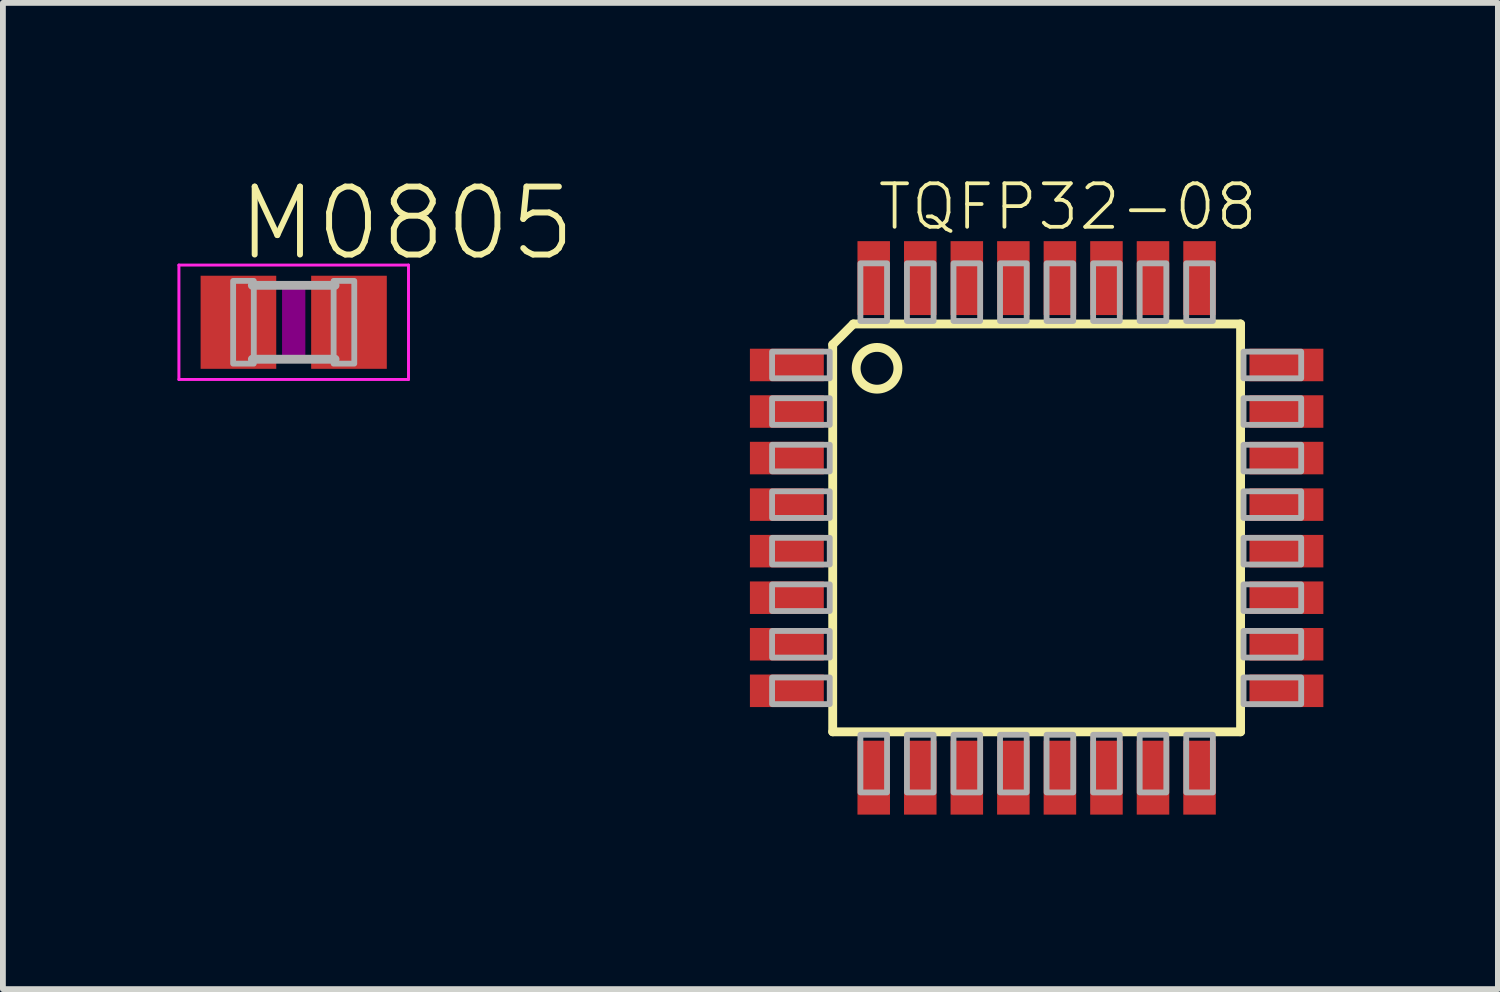
<source format=kicad_pcb>
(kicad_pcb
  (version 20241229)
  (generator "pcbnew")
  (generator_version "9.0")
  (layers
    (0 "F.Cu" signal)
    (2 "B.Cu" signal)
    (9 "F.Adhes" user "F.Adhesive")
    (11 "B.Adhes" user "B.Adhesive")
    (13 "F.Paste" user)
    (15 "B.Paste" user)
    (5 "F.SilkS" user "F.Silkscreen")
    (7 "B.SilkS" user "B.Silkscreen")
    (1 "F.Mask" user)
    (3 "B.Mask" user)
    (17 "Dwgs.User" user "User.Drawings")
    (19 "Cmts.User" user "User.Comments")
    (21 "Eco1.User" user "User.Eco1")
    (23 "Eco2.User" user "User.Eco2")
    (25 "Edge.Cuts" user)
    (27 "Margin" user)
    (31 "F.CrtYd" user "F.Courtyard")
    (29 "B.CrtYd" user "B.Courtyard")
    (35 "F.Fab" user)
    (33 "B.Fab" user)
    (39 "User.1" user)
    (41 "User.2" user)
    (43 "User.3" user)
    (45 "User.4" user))
  (footprint "TQFP32-08"
    (layer "F.Cu")
    (at 14.767 6.023)
    (property "Reference" "TQFP32-08" (at -2.769 -5.08 0) (layer "F.SilkS") (effects (font (size 0.748 0.748) (thickness 0.065)) (justify left bottom)))
    (fp_line (start -3.505 3.505) (end -3.505 -3.15) (stroke (width 0.152) (type solid)) (layer "F.SilkS"))
    (fp_line (start -3.15 -3.505) (end -3.505 -3.15) (stroke (width 0.152) (type solid)) (layer "F.SilkS"))
    (fp_line (start -3.15 -3.505) (end 3.505 -3.505) (stroke (width 0.152) (type solid)) (layer "F.SilkS"))
    (fp_line (start 3.505 -3.505) (end 3.505 3.505) (stroke (width 0.152) (type solid)) (layer "F.SilkS"))
    (fp_line (start 3.505 3.505) (end -3.505 3.505) (stroke (width 0.152) (type solid)) (layer "F.SilkS"))
    (fp_circle (center -2.743 -2.743) (end -2.384 -2.743) (stroke (width 0.152) (type solid)) (fill no) (layer "F.SilkS"))
    (fp_poly (pts (xy -4.547 -2.571) (xy -3.556 -2.571) (xy -3.556 -3.029) (xy -4.547 -3.029)) (stroke (width 0.1) (type default)) (fill no) (layer "F.Fab"))
    (fp_poly (pts (xy -4.547 -1.771) (xy -3.556 -1.771) (xy -3.556 -2.229) (xy -4.547 -2.229)) (stroke (width 0.1) (type default)) (fill no) (layer "F.Fab"))
    (fp_poly (pts (xy -4.547 -0.971) (xy -3.556 -0.971) (xy -3.556 -1.429) (xy -4.547 -1.429)) (stroke (width 0.1) (type default)) (fill no) (layer "F.Fab"))
    (fp_poly (pts (xy -4.547 -0.171) (xy -3.556 -0.171) (xy -3.556 -0.629) (xy -4.547 -0.629)) (stroke (width 0.1) (type default)) (fill no) (layer "F.Fab"))
    (fp_poly (pts (xy -4.547 0.629) (xy -3.556 0.629) (xy -3.556 0.171) (xy -4.547 0.171)) (stroke (width 0.1) (type default)) (fill no) (layer "F.Fab"))
    (fp_poly (pts (xy -4.547 1.429) (xy -3.556 1.429) (xy -3.556 0.971) (xy -4.547 0.971)) (stroke (width 0.1) (type default)) (fill no) (layer "F.Fab"))
    (fp_poly (pts (xy -4.547 2.229) (xy -3.556 2.229) (xy -3.556 1.771) (xy -4.547 1.771)) (stroke (width 0.1) (type default)) (fill no) (layer "F.Fab"))
    (fp_poly (pts (xy -4.547 3.029) (xy -3.556 3.029) (xy -3.556 2.571) (xy -4.547 2.571)) (stroke (width 0.1) (type default)) (fill no) (layer "F.Fab"))
    (fp_poly (pts (xy -3.029 -3.556) (xy -2.571 -3.556) (xy -2.571 -4.547) (xy -3.029 -4.547)) (stroke (width 0.1) (type default)) (fill no) (layer "F.Fab"))
    (fp_poly (pts (xy -3.029 4.547) (xy -2.571 4.547) (xy -2.571 3.556) (xy -3.029 3.556)) (stroke (width 0.1) (type default)) (fill no) (layer "F.Fab"))
    (fp_poly (pts (xy -2.229 -3.556) (xy -1.771 -3.556) (xy -1.771 -4.547) (xy -2.229 -4.547)) (stroke (width 0.1) (type default)) (fill no) (layer "F.Fab"))
    (fp_poly (pts (xy -2.229 4.547) (xy -1.771 4.547) (xy -1.771 3.556) (xy -2.229 3.556)) (stroke (width 0.1) (type default)) (fill no) (layer "F.Fab"))
    (fp_poly (pts (xy -1.429 -3.556) (xy -0.971 -3.556) (xy -0.971 -4.547) (xy -1.429 -4.547)) (stroke (width 0.1) (type default)) (fill no) (layer "F.Fab"))
    (fp_poly (pts (xy -1.429 4.547) (xy -0.971 4.547) (xy -0.971 3.556) (xy -1.429 3.556)) (stroke (width 0.1) (type default)) (fill no) (layer "F.Fab"))
    (fp_poly (pts (xy -0.629 -3.556) (xy -0.171 -3.556) (xy -0.171 -4.547) (xy -0.629 -4.547)) (stroke (width 0.1) (type default)) (fill no) (layer "F.Fab"))
    (fp_poly (pts (xy -0.629 4.547) (xy -0.171 4.547) (xy -0.171 3.556) (xy -0.629 3.556)) (stroke (width 0.1) (type default)) (fill no) (layer "F.Fab"))
    (fp_poly (pts (xy 0.171 -3.556) (xy 0.629 -3.556) (xy 0.629 -4.547) (xy 0.171 -4.547)) (stroke (width 0.1) (type default)) (fill no) (layer "F.Fab"))
    (fp_poly (pts (xy 0.171 4.547) (xy 0.629 4.547) (xy 0.629 3.556) (xy 0.171 3.556)) (stroke (width 0.1) (type default)) (fill no) (layer "F.Fab"))
    (fp_poly (pts (xy 0.971 -3.556) (xy 1.429 -3.556) (xy 1.429 -4.547) (xy 0.971 -4.547)) (stroke (width 0.1) (type default)) (fill no) (layer "F.Fab"))
    (fp_poly (pts (xy 0.971 4.547) (xy 1.429 4.547) (xy 1.429 3.556) (xy 0.971 3.556)) (stroke (width 0.1) (type default)) (fill no) (layer "F.Fab"))
    (fp_poly (pts (xy 1.771 -3.556) (xy 2.229 -3.556) (xy 2.229 -4.547) (xy 1.771 -4.547)) (stroke (width 0.1) (type default)) (fill no) (layer "F.Fab"))
    (fp_poly (pts (xy 1.771 4.547) (xy 2.229 4.547) (xy 2.229 3.556) (xy 1.771 3.556)) (stroke (width 0.1) (type default)) (fill no) (layer "F.Fab"))
    (fp_poly (pts (xy 2.571 -3.556) (xy 3.029 -3.556) (xy 3.029 -4.547) (xy 2.571 -4.547)) (stroke (width 0.1) (type default)) (fill no) (layer "F.Fab"))
    (fp_poly (pts (xy 2.571 4.547) (xy 3.029 4.547) (xy 3.029 3.556) (xy 2.571 3.556)) (stroke (width 0.1) (type default)) (fill no) (layer "F.Fab"))
    (fp_poly (pts (xy 3.556 -2.571) (xy 4.547 -2.571) (xy 4.547 -3.029) (xy 3.556 -3.029)) (stroke (width 0.1) (type default)) (fill no) (layer "F.Fab"))
    (fp_poly (pts (xy 3.556 -1.771) (xy 4.547 -1.771) (xy 4.547 -2.229) (xy 3.556 -2.229)) (stroke (width 0.1) (type default)) (fill no) (layer "F.Fab"))
    (fp_poly (pts (xy 3.556 -0.971) (xy 4.547 -0.971) (xy 4.547 -1.429) (xy 3.556 -1.429)) (stroke (width 0.1) (type default)) (fill no) (layer "F.Fab"))
    (fp_poly (pts (xy 3.556 -0.171) (xy 4.547 -0.171) (xy 4.547 -0.629) (xy 3.556 -0.629)) (stroke (width 0.1) (type default)) (fill no) (layer "F.Fab"))
    (fp_poly (pts (xy 3.556 0.629) (xy 4.547 0.629) (xy 4.547 0.171) (xy 3.556 0.171)) (stroke (width 0.1) (type default)) (fill no) (layer "F.Fab"))
    (fp_poly (pts (xy 3.556 1.429) (xy 4.547 1.429) (xy 4.547 0.971) (xy 3.556 0.971)) (stroke (width 0.1) (type default)) (fill no) (layer "F.Fab"))
    (fp_poly (pts (xy 3.556 2.229) (xy 4.547 2.229) (xy 4.547 1.771) (xy 3.556 1.771)) (stroke (width 0.1) (type default)) (fill no) (layer "F.Fab"))
    (fp_poly (pts (xy 3.556 3.029) (xy 4.547 3.029) (xy 4.547 2.571) (xy 3.556 2.571)) (stroke (width 0.1) (type default)) (fill no) (layer "F.Fab"))
    (pad "1" smd rect (at -4.293 -2.8) (size 1.27 0.559) (layers "F.Cu" "F.Mask" "F.Paste"))
    (pad "2" smd rect (at -4.293 -2) (size 1.27 0.559) (layers "F.Cu" "F.Mask" "F.Paste"))
    (pad "3" smd rect (at -4.293 -1.2) (size 1.27 0.559) (layers "F.Cu" "F.Mask" "F.Paste"))
    (pad "4" smd rect (at -4.293 -0.4) (size 1.27 0.559) (layers "F.Cu" "F.Mask" "F.Paste"))
    (pad "5" smd rect (at -4.293 0.4) (size 1.27 0.559) (layers "F.Cu" "F.Mask" "F.Paste"))
    (pad "6" smd rect (at -4.293 1.2) (size 1.27 0.559) (layers "F.Cu" "F.Mask" "F.Paste"))
    (pad "7" smd rect (at -4.293 2) (size 1.27 0.559) (layers "F.Cu" "F.Mask" "F.Paste"))
    (pad "8" smd rect (at -4.293 2.8) (size 1.27 0.559) (layers "F.Cu" "F.Mask" "F.Paste"))
    (pad "9" smd rect (at -2.8 4.293) (size 0.559 1.27) (layers "F.Cu" "F.Mask" "F.Paste"))
    (pad "10" smd rect (at -2 4.293) (size 0.559 1.27) (layers "F.Cu" "F.Mask" "F.Paste"))
    (pad "11" smd rect (at -1.2 4.293) (size 0.559 1.27) (layers "F.Cu" "F.Mask" "F.Paste"))
    (pad "12" smd rect (at -0.4 4.293) (size 0.559 1.27) (layers "F.Cu" "F.Mask" "F.Paste"))
    (pad "13" smd rect (at 0.4 4.293) (size 0.559 1.27) (layers "F.Cu" "F.Mask" "F.Paste"))
    (pad "14" smd rect (at 1.2 4.293) (size 0.559 1.27) (layers "F.Cu" "F.Mask" "F.Paste"))
    (pad "15" smd rect (at 2 4.293) (size 0.559 1.27) (layers "F.Cu" "F.Mask" "F.Paste"))
    (pad "16" smd rect (at 2.8 4.293) (size 0.559 1.27) (layers "F.Cu" "F.Mask" "F.Paste"))
    (pad "17" smd rect (at 4.293 2.8) (size 1.27 0.559) (layers "F.Cu" "F.Mask" "F.Paste"))
    (pad "18" smd rect (at 4.293 2) (size 1.27 0.559) (layers "F.Cu" "F.Mask" "F.Paste"))
    (pad "19" smd rect (at 4.293 1.2) (size 1.27 0.559) (layers "F.Cu" "F.Mask" "F.Paste"))
    (pad "20" smd rect (at 4.293 0.4) (size 1.27 0.559) (layers "F.Cu" "F.Mask" "F.Paste"))
    (pad "21" smd rect (at 4.293 -0.4) (size 1.27 0.559) (layers "F.Cu" "F.Mask" "F.Paste"))
    (pad "22" smd rect (at 4.293 -1.2) (size 1.27 0.559) (layers "F.Cu" "F.Mask" "F.Paste"))
    (pad "23" smd rect (at 4.293 -2) (size 1.27 0.559) (layers "F.Cu" "F.Mask" "F.Paste"))
    (pad "24" smd rect (at 4.293 -2.8) (size 1.27 0.559) (layers "F.Cu" "F.Mask" "F.Paste"))
    (pad "25" smd rect (at 2.8 -4.293) (size 0.559 1.27) (layers "F.Cu" "F.Mask" "F.Paste"))
    (pad "26" smd rect (at 2 -4.293) (size 0.559 1.27) (layers "F.Cu" "F.Mask" "F.Paste"))
    (pad "27" smd rect (at 1.2 -4.293) (size 0.559 1.27) (layers "F.Cu" "F.Mask" "F.Paste"))
    (pad "28" smd rect (at 0.4 -4.293) (size 0.559 1.27) (layers "F.Cu" "F.Mask" "F.Paste"))
    (pad "29" smd rect (at -0.4 -4.293) (size 0.559 1.27) (layers "F.Cu" "F.Mask" "F.Paste"))
    (pad "30" smd rect (at -1.2 -4.293) (size 0.559 1.27) (layers "F.Cu" "F.Mask" "F.Paste"))
    (pad "31" smd rect (at -2 -4.293) (size 0.559 1.27) (layers "F.Cu" "F.Mask" "F.Paste"))
    (pad "32" smd rect (at -2.8 -4.293) (size 0.559 1.27) (layers "F.Cu" "F.Mask" "F.Paste")))
  (footprint "M0805"
    (layer "F.Cu")
    (at 1.998 2.489)
    (property "Reference" "M0805" (at -1.016 -1.016 0) (layer "F.SilkS") (effects (font (size 1.168 1.168) (thickness 0.102)) (justify left bottom)))
    (fp_poly (pts (xy -0.2 0.6) (xy 0.2 0.6) (xy 0.2 -0.6) (xy -0.2 -0.6)) (stroke (width 0) (type default)) (fill yes) (layer "F.Adhes"))
    (fp_line (start -1.973 -0.983) (end 1.973 -0.983) (stroke (width 0.051) (type solid)) (layer "F.CrtYd"))
    (fp_line (start -1.973 0.983) (end -1.973 -0.983) (stroke (width 0.051) (type solid)) (layer "F.CrtYd"))
    (fp_line (start 1.973 -0.983) (end 1.973 0.983) (stroke (width 0.051) (type solid)) (layer "F.CrtYd"))
    (fp_line (start 1.973 0.983) (end -1.973 0.983) (stroke (width 0.051) (type solid)) (layer "F.CrtYd"))
    (fp_line (start 0.711 -0.635) (end -0.711 -0.635) (stroke (width 0.152) (type solid)) (layer "F.Fab"))
    (fp_line (start 0.711 0.635) (end -0.711 0.635) (stroke (width 0.152) (type solid)) (layer "F.Fab"))
    (fp_poly (pts (xy -1.041 0.711) (xy -0.686 0.711) (xy -0.686 -0.711) (xy -1.041 -0.711)) (stroke (width 0.1) (type default)) (fill no) (layer "F.Fab"))
    (fp_poly (pts (xy 0.686 0.711) (xy 1.041 0.711) (xy 1.041 -0.711) (xy 0.686 -0.711)) (stroke (width 0.1) (type default)) (fill no) (layer "F.Fab"))
    (pad "1" smd rect (at -0.95 0) (size 1.3 1.6) (layers "F.Cu" "F.Mask" "F.Paste"))
    (pad "2" smd rect (at 0.95 0) (size 1.3 1.6) (layers "F.Cu" "F.Mask" "F.Paste")))
  (gr_rect
    (start -3 -3)
    (end 22.695 13.95)
    (stroke (width 0.1) (type default))
    (fill no)
    (layer "Edge.Cuts")))
</source>
